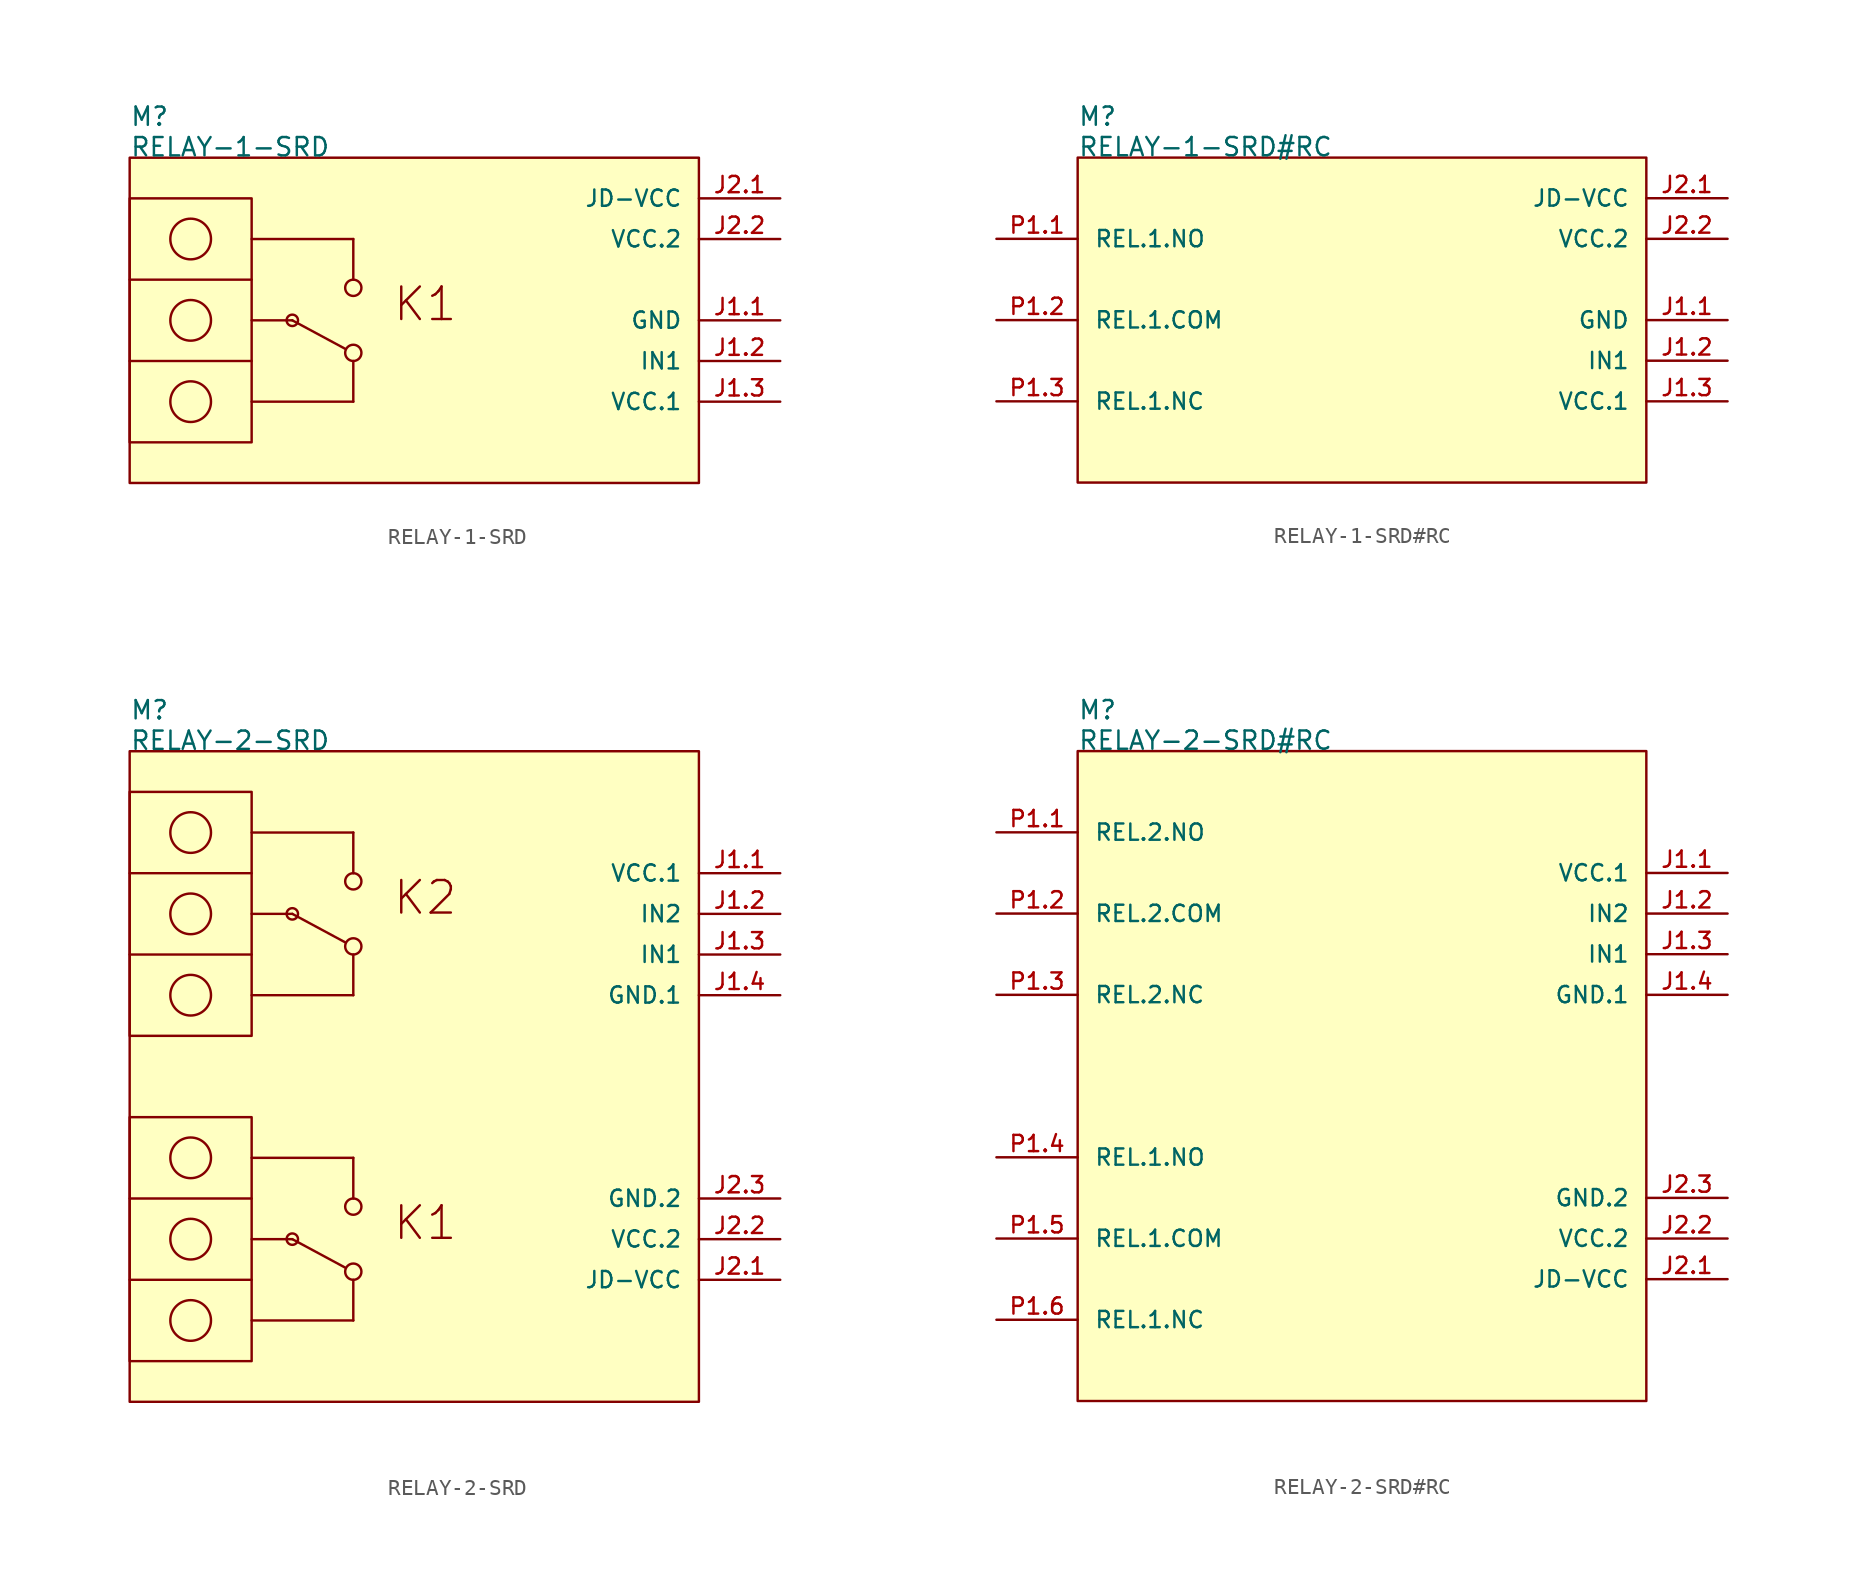
<source format=kicad_sym>
(kicad_symbol_lib
  (version 20211014)
  (generator kicad_symbol_editor)
  (symbol "RELAY-1-SRD"
    (pin_names
      (offset 1.016))
    (property "Reference" "M"
      (at -17.78 12.065 0)
      (effects (font (size 1.143 1.143)) (justify left bottom)))
    (property "Value" "RELAY-1-SRD"
      (at -17.78 10.16 0)
      (effects (font (size 1.143 1.143)) (justify left bottom)))
    (property "ki_locked" ""
      (at 0 0 0)
      (effects (font (size 1.27 1.27))))
    (symbol "RELAY-1-SRD_1_0"
      (polyline (pts (xy -17.78 -2.54) (xy -10.16 -2.54)) (stroke (width 0) (type default) (color 0 0 0 0)) (fill (type none)))
      (polyline (pts (xy -17.78 2.54) (xy -10.16 2.54)) (stroke (width 0) (type default) (color 0 0 0 0)) (fill (type none)))
      (polyline (pts (xy -10.16 -5.08) (xy -3.81 -5.08)) (stroke (width 0) (type default) (color 0 0 0 0)) (fill (type none)))
      (polyline (pts (xy -10.16 0) (xy -7.62 0)) (stroke (width 0) (type default) (color 0 0 0 0)) (fill (type none)))
      (polyline (pts (xy -10.16 5.08) (xy -3.81 5.08)) (stroke (width 0) (type default) (color 0 0 0 0)) (fill (type none)))
      (polyline (pts (xy -7.62 0) (xy -4.318 -1.778)) (stroke (width 0) (type default) (color 0 0 0 0)) (fill (type none)))
      (polyline (pts (xy -3.81 -5.08) (xy -3.81 -2.54)) (stroke (width 0) (type default) (color 0 0 0 0)) (fill (type none)))
      (polyline (pts (xy -3.81 5.08) (xy -3.81 2.54)) (stroke (width 0) (type default) (color 0 0 0 0)) (fill (type none)))
      (text "K1" (at 0.686 1.016 0) (effects (font (size 2.032 2.032)))))
    (symbol "RELAY-1-SRD_1_1"
      (rectangle (start -17.78 7.62) (end -10.16 -7.62) (stroke (width 0) (type default) (color 0 0 0 0)) (fill (type none)))
      (rectangle (start -17.78 10.16) (end 17.78 -10.16) (stroke (width 0) (type default) (color 0 0 0 0)) (fill (type background)))
      (circle (center -13.97 -5.08) (radius 1.27) (stroke (width 0) (type default) (color 0 0 0 0)) (fill (type none)))
      (circle (center -13.97 0) (radius 1.27) (stroke (width 0) (type default) (color 0 0 0 0)) (fill (type none)))
      (circle (center -13.97 5.08) (radius 1.27) (stroke (width 0) (type default) (color 0 0 0 0)) (fill (type none)))
      (circle (center -7.62 0) (radius 0.356) (stroke (width 0) (type default) (color 0 0 0 0)) (fill (type none)))
      (circle (center -3.81 -2.032) (radius 0.508) (stroke (width 0) (type default) (color 0 0 0 0)) (fill (type none)))
      (circle (center -3.81 2.032) (radius 0.508) (stroke (width 0) (type default) (color 0 0 0 0)) (fill (type none)))
      (pin power_in line (at 22.86 0 180) (length 5.08) (name "GND" (effects (font (size 1.016 1.016)))) (number "J1.1" (effects (font (size 1.016 1.016)))))
      (pin bidirectional line (at 22.86 -2.54 180) (length 5.08) (name "IN1" (effects (font (size 1.016 1.016)))) (number "J1.2" (effects (font (size 1.016 1.016)))))
      (pin power_in line (at 22.86 -5.08 180) (length 5.08) (name "VCC.1" (effects (font (size 1.016 1.016)))) (number "J1.3" (effects (font (size 1.016 1.016)))))
      (pin bidirectional line (at 22.86 7.62 180) (length 5.08) (name "JD-VCC" (effects (font (size 1.016 1.016)))) (number "J2.1" (effects (font (size 1.016 1.016)))))
      (pin power_in line (at 22.86 5.08 180) (length 5.08) (name "VCC.2" (effects (font (size 1.016 1.016)))) (number "J2.2" (effects (font (size 1.016 1.016)))))))
  (symbol "RELAY-1-SRD#RC"
    (pin_names
      (offset 1.016))
    (property "Reference" "M"
      (at -17.78 12.065 0)
      (effects (font (size 1.143 1.143)) (justify left bottom)))
    (property "Value" "RELAY-1-SRD#RC"
      (at -17.78 10.16 0)
      (effects (font (size 1.143 1.143)) (justify left bottom)))
    (property "ki_locked" ""
      (at 0 0 0)
      (effects (font (size 1.27 1.27))))
    (symbol "RELAY-1-SRD#RC_1_1"
      (rectangle (start -17.78 -10.16) (end 17.78 10.16) (stroke (width 0) (type default) (color 0 0 0 0)) (fill (type background)))
      (pin power_in line (at 22.86 0 180) (length 5.08) (name "GND" (effects (font (size 1.016 1.016)))) (number "J1.1" (effects (font (size 1.016 1.016)))))
      (pin bidirectional line (at 22.86 -2.54 180) (length 5.08) (name "IN1" (effects (font (size 1.016 1.016)))) (number "J1.2" (effects (font (size 1.016 1.016)))))
      (pin power_in line (at 22.86 -5.08 180) (length 5.08) (name "VCC.1" (effects (font (size 1.016 1.016)))) (number "J1.3" (effects (font (size 1.016 1.016)))))
      (pin bidirectional line (at 22.86 7.62 180) (length 5.08) (name "JD-VCC" (effects (font (size 1.016 1.016)))) (number "J2.1" (effects (font (size 1.016 1.016)))))
      (pin power_in line (at 22.86 5.08 180) (length 5.08) (name "VCC.2" (effects (font (size 1.016 1.016)))) (number "J2.2" (effects (font (size 1.016 1.016)))))
      (pin bidirectional line (at -22.86 5.08 0) (length 5.08) (name "REL.1.NO" (effects (font (size 1.016 1.016)))) (number "P1.1" (effects (font (size 1.016 1.016)))))
      (pin bidirectional line (at -22.86 0 0) (length 5.08) (name "REL.1.COM" (effects (font (size 1.016 1.016)))) (number "P1.2" (effects (font (size 1.016 1.016)))))
      (pin bidirectional line (at -22.86 -5.08 0) (length 5.08) (name "REL.1.NC" (effects (font (size 1.016 1.016)))) (number "P1.3" (effects (font (size 1.016 1.016)))))))
  (symbol "RELAY-2-SRD"
    (pin_names
      (offset 1.016))
    (property "Reference" "M"
      (at -17.78 22.225 0)
      (effects (font (size 1.143 1.143)) (justify left bottom)))
    (property "Value" "RELAY-2-SRD"
      (at -17.78 20.32 0)
      (effects (font (size 1.143 1.143)) (justify left bottom)))
    (property "ki_locked" ""
      (at 0 0 0)
      (effects (font (size 1.27 1.27))))
    (symbol "RELAY-2-SRD_1_0"
      (polyline (pts (xy -17.78 7.62) (xy -10.16 7.62)) (stroke (width 0) (type default) (color 0 0 0 0)) (fill (type none)))
      (polyline (pts (xy -17.78 12.7) (xy -10.16 12.7)) (stroke (width 0) (type default) (color 0 0 0 0)) (fill (type none)))
      (polyline (pts (xy -10.16 -15.24) (xy -3.81 -15.24)) (stroke (width 0) (type default) (color 0 0 0 0)) (fill (type none)))
      (polyline (pts (xy -10.16 -12.7) (xy -17.78 -12.7)) (stroke (width 0) (type default) (color 0 0 0 0)) (fill (type none)))
      (polyline (pts (xy -10.16 -10.16) (xy -7.62 -10.16)) (stroke (width 0) (type default) (color 0 0 0 0)) (fill (type none)))
      (polyline (pts (xy -10.16 -7.62) (xy -17.78 -7.62)) (stroke (width 0) (type default) (color 0 0 0 0)) (fill (type none)))
      (polyline (pts (xy -10.16 -5.08) (xy -3.81 -5.08)) (stroke (width 0) (type default) (color 0 0 0 0)) (fill (type none)))
      (polyline (pts (xy -10.16 5.08) (xy -3.81 5.08)) (stroke (width 0) (type default) (color 0 0 0 0)) (fill (type none)))
      (polyline (pts (xy -10.16 10.16) (xy -7.62 10.16)) (stroke (width 0) (type default) (color 0 0 0 0)) (fill (type none)))
      (polyline (pts (xy -10.16 15.24) (xy -3.81 15.24)) (stroke (width 0) (type default) (color 0 0 0 0)) (fill (type none)))
      (polyline (pts (xy -7.62 -10.16) (xy -4.318 -11.938)) (stroke (width 0) (type default) (color 0 0 0 0)) (fill (type none)))
      (polyline (pts (xy -7.62 10.16) (xy -4.318 8.382)) (stroke (width 0) (type default) (color 0 0 0 0)) (fill (type none)))
      (polyline (pts (xy -3.81 -15.24) (xy -3.81 -12.7)) (stroke (width 0) (type default) (color 0 0 0 0)) (fill (type none)))
      (polyline (pts (xy -3.81 -5.08) (xy -3.81 -7.62)) (stroke (width 0) (type default) (color 0 0 0 0)) (fill (type none)))
      (polyline (pts (xy -3.81 5.08) (xy -3.81 7.62)) (stroke (width 0) (type default) (color 0 0 0 0)) (fill (type none)))
      (polyline (pts (xy -3.81 15.24) (xy -3.81 12.7)) (stroke (width 0) (type default) (color 0 0 0 0)) (fill (type none)))
      (text "K1" (at 0.686 -9.144 0) (effects (font (size 2.032 2.032))))
      (text "K2" (at 0.686 11.176 0) (effects (font (size 2.032 2.032)))))
    (symbol "RELAY-2-SRD_1_1"
      (rectangle (start -17.78 -2.54) (end -10.16 -17.78) (stroke (width 0) (type default) (color 0 0 0 0)) (fill (type none)))
      (rectangle (start -17.78 17.78) (end -10.16 2.54) (stroke (width 0) (type default) (color 0 0 0 0)) (fill (type none)))
      (rectangle (start -17.78 20.32) (end 17.78 -20.32) (stroke (width 0) (type default) (color 0 0 0 0)) (fill (type background)))
      (circle (center -13.97 -15.24) (radius 1.27) (stroke (width 0) (type default) (color 0 0 0 0)) (fill (type none)))
      (circle (center -13.97 -10.16) (radius 1.27) (stroke (width 0) (type default) (color 0 0 0 0)) (fill (type none)))
      (circle (center -13.97 -5.08) (radius 1.27) (stroke (width 0) (type default) (color 0 0 0 0)) (fill (type none)))
      (circle (center -13.97 5.08) (radius 1.27) (stroke (width 0) (type default) (color 0 0 0 0)) (fill (type none)))
      (circle (center -13.97 10.16) (radius 1.27) (stroke (width 0) (type default) (color 0 0 0 0)) (fill (type none)))
      (circle (center -13.97 15.24) (radius 1.27) (stroke (width 0) (type default) (color 0 0 0 0)) (fill (type none)))
      (circle (center -7.62 -10.16) (radius 0.356) (stroke (width 0) (type default) (color 0 0 0 0)) (fill (type none)))
      (circle (center -7.62 10.16) (radius 0.356) (stroke (width 0) (type default) (color 0 0 0 0)) (fill (type none)))
      (circle (center -3.81 -12.192) (radius 0.508) (stroke (width 0) (type default) (color 0 0 0 0)) (fill (type none)))
      (circle (center -3.81 -8.128) (radius 0.508) (stroke (width 0) (type default) (color 0 0 0 0)) (fill (type none)))
      (circle (center -3.81 8.128) (radius 0.508) (stroke (width 0) (type default) (color 0 0 0 0)) (fill (type none)))
      (circle (center -3.81 12.192) (radius 0.508) (stroke (width 0) (type default) (color 0 0 0 0)) (fill (type none)))
      (pin power_in line (at 22.86 12.7 180) (length 5.08) (name "VCC.1" (effects (font (size 1.016 1.016)))) (number "J1.1" (effects (font (size 1.016 1.016)))))
      (pin bidirectional line (at 22.86 10.16 180) (length 5.08) (name "IN2" (effects (font (size 1.016 1.016)))) (number "J1.2" (effects (font (size 1.016 1.016)))))
      (pin bidirectional line (at 22.86 7.62 180) (length 5.08) (name "IN1" (effects (font (size 1.016 1.016)))) (number "J1.3" (effects (font (size 1.016 1.016)))))
      (pin power_in line (at 22.86 5.08 180) (length 5.08) (name "GND.1" (effects (font (size 1.016 1.016)))) (number "J1.4" (effects (font (size 1.016 1.016)))))
      (pin bidirectional line (at 22.86 -12.7 180) (length 5.08) (name "JD-VCC" (effects (font (size 1.016 1.016)))) (number "J2.1" (effects (font (size 1.016 1.016)))))
      (pin power_in line (at 22.86 -10.16 180) (length 5.08) (name "VCC.2" (effects (font (size 1.016 1.016)))) (number "J2.2" (effects (font (size 1.016 1.016)))))
      (pin power_in line (at 22.86 -7.62 180) (length 5.08) (name "GND.2" (effects (font (size 1.016 1.016)))) (number "J2.3" (effects (font (size 1.016 1.016)))))))
  (symbol "RELAY-2-SRD#RC"
    (pin_names
      (offset 1.016))
    (property "Reference" "M"
      (at -17.78 22.225 0)
      (effects (font (size 1.143 1.143)) (justify left bottom)))
    (property "Value" "RELAY-2-SRD#RC"
      (at -17.78 20.32 0)
      (effects (font (size 1.143 1.143)) (justify left bottom)))
    (property "ki_locked" ""
      (at 0 0 0)
      (effects (font (size 1.27 1.27))))
    (symbol "RELAY-2-SRD#RC_1_1"
      (rectangle (start -17.78 -20.32) (end 17.78 20.32) (stroke (width 0) (type default) (color 0 0 0 0)) (fill (type background)))
      (pin power_in line (at 22.86 12.7 180) (length 5.08) (name "VCC.1" (effects (font (size 1.016 1.016)))) (number "J1.1" (effects (font (size 1.016 1.016)))))
      (pin bidirectional line (at 22.86 10.16 180) (length 5.08) (name "IN2" (effects (font (size 1.016 1.016)))) (number "J1.2" (effects (font (size 1.016 1.016)))))
      (pin bidirectional line (at 22.86 7.62 180) (length 5.08) (name "IN1" (effects (font (size 1.016 1.016)))) (number "J1.3" (effects (font (size 1.016 1.016)))))
      (pin power_in line (at 22.86 5.08 180) (length 5.08) (name "GND.1" (effects (font (size 1.016 1.016)))) (number "J1.4" (effects (font (size 1.016 1.016)))))
      (pin bidirectional line (at 22.86 -12.7 180) (length 5.08) (name "JD-VCC" (effects (font (size 1.016 1.016)))) (number "J2.1" (effects (font (size 1.016 1.016)))))
      (pin power_in line (at 22.86 -10.16 180) (length 5.08) (name "VCC.2" (effects (font (size 1.016 1.016)))) (number "J2.2" (effects (font (size 1.016 1.016)))))
      (pin power_in line (at 22.86 -7.62 180) (length 5.08) (name "GND.2" (effects (font (size 1.016 1.016)))) (number "J2.3" (effects (font (size 1.016 1.016)))))
      (pin bidirectional line (at -22.86 15.24 0) (length 5.08) (name "REL.2.NO" (effects (font (size 1.016 1.016)))) (number "P1.1" (effects (font (size 1.016 1.016)))))
      (pin bidirectional line (at -22.86 10.16 0) (length 5.08) (name "REL.2.COM" (effects (font (size 1.016 1.016)))) (number "P1.2" (effects (font (size 1.016 1.016)))))
      (pin bidirectional line (at -22.86 5.08 0) (length 5.08) (name "REL.2.NC" (effects (font (size 1.016 1.016)))) (number "P1.3" (effects (font (size 1.016 1.016)))))
      (pin bidirectional line (at -22.86 -5.08 0) (length 5.08) (name "REL.1.NO" (effects (font (size 1.016 1.016)))) (number "P1.4" (effects (font (size 1.016 1.016)))))
      (pin bidirectional line (at -22.86 -10.16 0) (length 5.08) (name "REL.1.COM" (effects (font (size 1.016 1.016)))) (number "P1.5" (effects (font (size 1.016 1.016)))))
      (pin bidirectional line (at -22.86 -15.24 0) (length 5.08) (name "REL.1.NC" (effects (font (size 1.016 1.016)))) (number "P1.6" (effects (font (size 1.016 1.016))))))))
</source>
